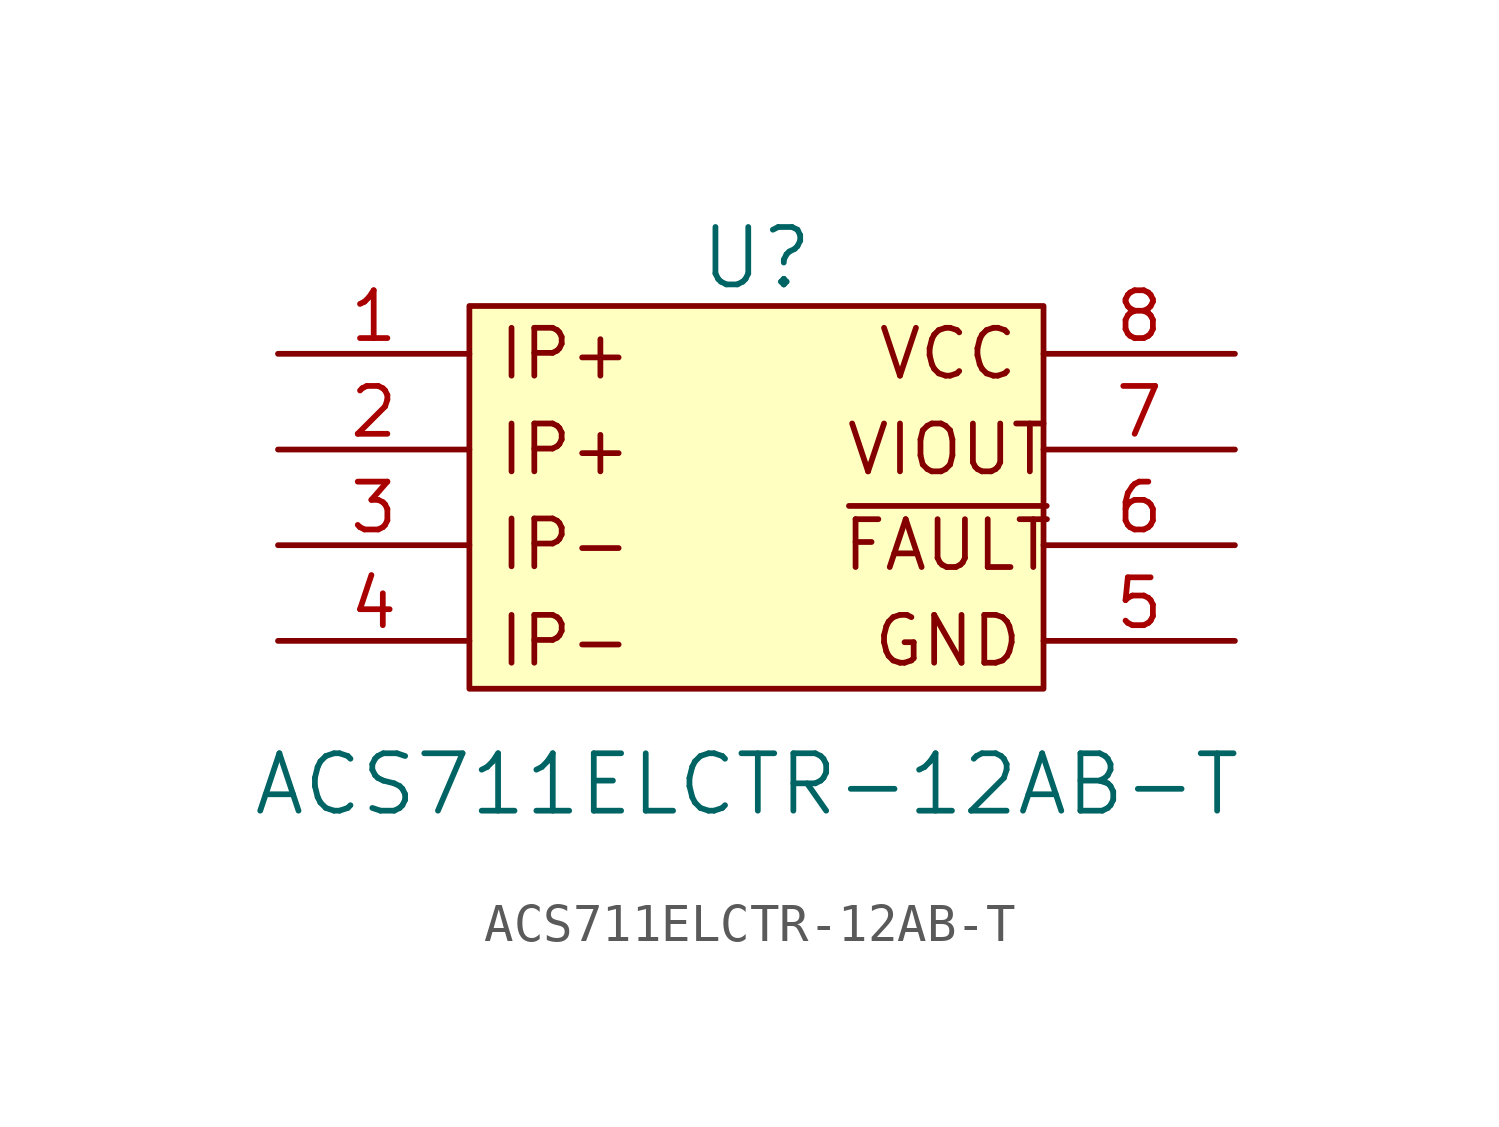
<source format=kicad_sym>
(kicad_symbol_lib
  (version 20241209)
  (generator "kicad_symbol_editor")
  (generator_version "9.0")
  (symbol "ACS711ELCTR-12AB-T"
    (pin_names
      (offset 0)
      (hide yes))
    (property "Reference" "U"
      (at 0 11.43 0)
      (effects (font (size 1.524 1.524))))
    (property "Value" "ACS711ELCTR-12AB-T"
      (at -0.254 -2.54 0)
      (effects (font (size 1.524 1.524))))
    (symbol "ACS711ELCTR-12AB-T_0_0"
      (rectangle (start -7.62 10.16) (end 7.62 0) (stroke (width 0) (type default)) (fill (type background)))
      (text "IP+" (at -5.08 8.89 0) (effects (font (size 1.27 1.27))))
      (text "IP+" (at -5.08 6.35 0) (effects (font (size 1.27 1.27))))
      (text "IP-" (at -5.08 4.572 0) (effects (font (size 1.27 1.27)) (justify top)))
      (text "IP-" (at -5.08 1.27 0) (effects (font (size 1.27 1.27))))
      (text "VCC" (at 5.08 8.89 0) (effects (font (size 1.27 1.27))))
      (text "VIOUT" (at 5.08 6.35 0) (effects (font (size 1.27 1.27))))
      (text "~{FAULT}" (at 5.08 3.81 0) (effects (font (size 1.27 1.27))))
      (text "GND" (at 5.08 1.27 0) (effects (font (size 1.27 1.27)))))
    (symbol "ACS711ELCTR-12AB-T_1_1"
      (pin input line (at -12.7 8.89 0) (length 5.08) (name "IP+" (effects (font (size 1.27 1.27)))) (number "1" (effects (font (size 1.27 1.27)))))
      (pin input line (at -12.7 6.35 0) (length 5.08) (name "IP+" (effects (font (size 1.27 1.27)))) (number "2" (effects (font (size 1.27 1.27)))))
      (pin input line (at -12.7 3.81 0) (length 5.08) (name "IP-" (effects (font (size 1.27 1.27)))) (number "3" (effects (font (size 1.27 1.27)))))
      (pin input line (at -12.7 1.27 0) (length 5.08) (name "IP-" (effects (font (size 1.27 1.27)))) (number "4" (effects (font (size 1.27 1.27)))))
      (pin input line (at 12.7 8.89 180) (length 5.08) (name "VCC" (effects (font (size 1.27 1.27)))) (number "8" (effects (font (size 1.27 1.27)))))
      (pin input line (at 12.7 6.35 180) (length 5.08) (name "VIOUT" (effects (font (size 1.27 1.27)))) (number "7" (effects (font (size 1.27 1.27)))))
      (pin input line (at 12.7 3.81 180) (length 5.08) (name "~{FAULT}" (effects (font (size 1.27 1.27)))) (number "6" (effects (font (size 1.27 1.27)))))
      (pin input line (at 12.7 1.27 180) (length 5.08) (name "GND" (effects (font (size 1.27 1.27)))) (number "5" (effects (font (size 1.27 1.27))))))))
</source>
